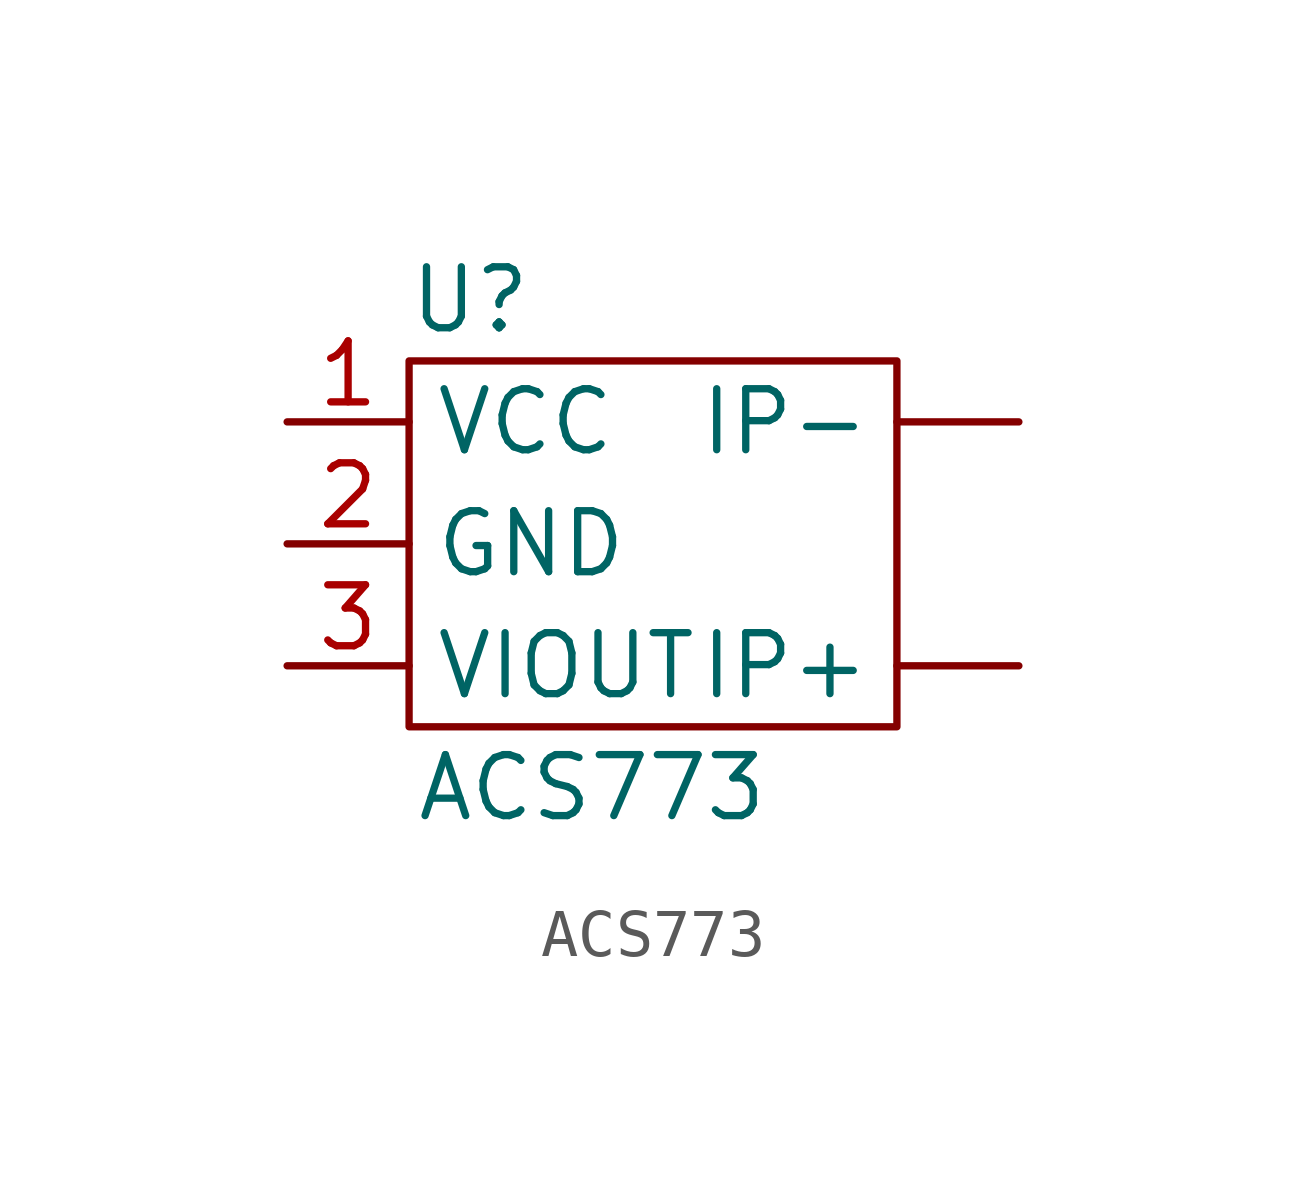
<source format=kicad_sym>
(kicad_symbol_lib
  (version 20211014)
  (generator kicad_symbol_editor)
  (symbol "ACS773"
    (property "Reference" "U"
      (at -3.81 5.08 0)
      (effects (font (size 1.27 1.27))))
    (property "Value" "ACS773"
      (at -1.27 -5.08 0)
      (effects (font (size 1.27 1.27))))
    (symbol "ACS773_0_1"
      (rectangle (start -5.08 3.81) (end 5.08 -3.81) (stroke (width 0) (type default) (color 0 0 0 0)) (fill (type none))))
    (symbol "ACS773_1_1"
      (pin input line (at 7.62 -2.54 180) (length 2.54) (name "IP+" (effects (font (size 1.27 1.27)))) (number "" (effects (font (size 1.27 1.27)))))
      (pin input line (at 7.62 2.54 180) (length 2.54) (name "IP-" (effects (font (size 1.27 1.27)))) (number "" (effects (font (size 1.27 1.27)))))
      (pin input line (at -7.62 2.54 0) (length 2.54) (name "VCC" (effects (font (size 1.27 1.27)))) (number "1" (effects (font (size 1.27 1.27)))))
      (pin input line (at -7.62 0 0) (length 2.54) (name "GND" (effects (font (size 1.27 1.27)))) (number "2" (effects (font (size 1.27 1.27)))))
      (pin input line (at -7.62 -2.54 0) (length 2.54) (name "VIOUT" (effects (font (size 1.27 1.27)))) (number "3" (effects (font (size 1.27 1.27))))))))
</source>
